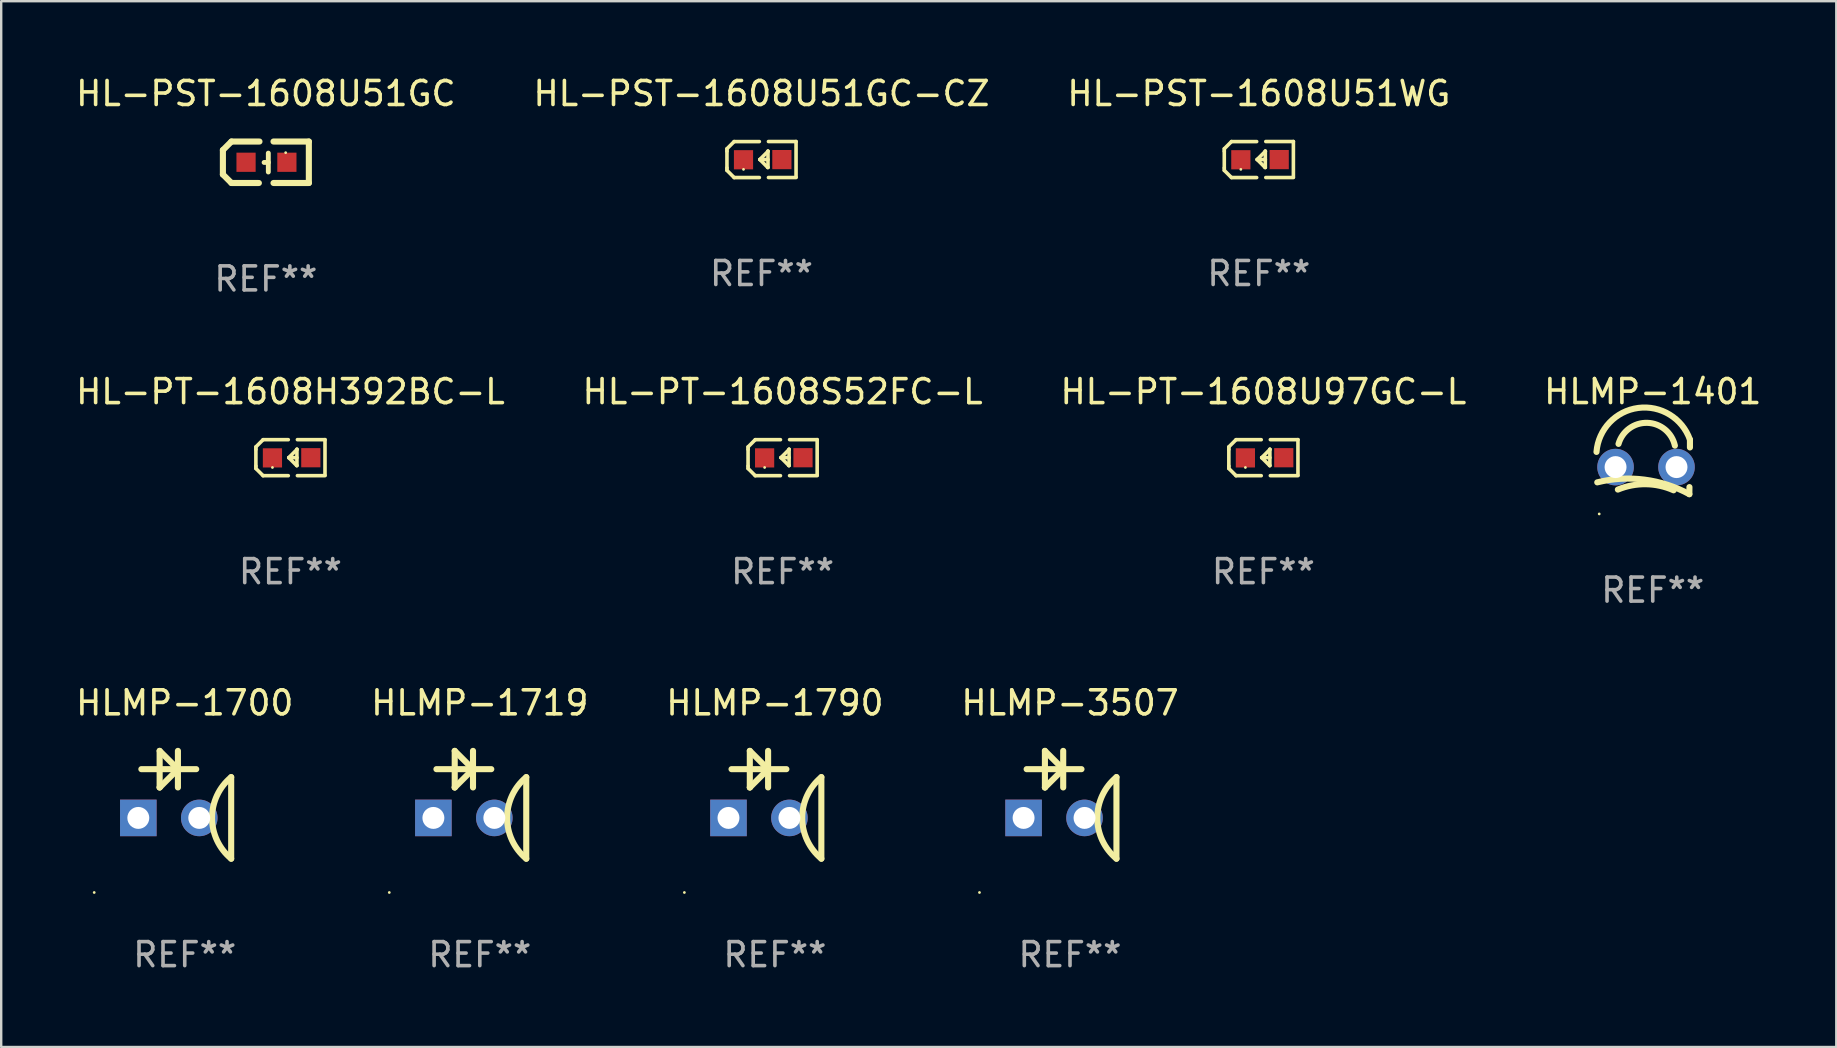
<source format=kicad_pcb>
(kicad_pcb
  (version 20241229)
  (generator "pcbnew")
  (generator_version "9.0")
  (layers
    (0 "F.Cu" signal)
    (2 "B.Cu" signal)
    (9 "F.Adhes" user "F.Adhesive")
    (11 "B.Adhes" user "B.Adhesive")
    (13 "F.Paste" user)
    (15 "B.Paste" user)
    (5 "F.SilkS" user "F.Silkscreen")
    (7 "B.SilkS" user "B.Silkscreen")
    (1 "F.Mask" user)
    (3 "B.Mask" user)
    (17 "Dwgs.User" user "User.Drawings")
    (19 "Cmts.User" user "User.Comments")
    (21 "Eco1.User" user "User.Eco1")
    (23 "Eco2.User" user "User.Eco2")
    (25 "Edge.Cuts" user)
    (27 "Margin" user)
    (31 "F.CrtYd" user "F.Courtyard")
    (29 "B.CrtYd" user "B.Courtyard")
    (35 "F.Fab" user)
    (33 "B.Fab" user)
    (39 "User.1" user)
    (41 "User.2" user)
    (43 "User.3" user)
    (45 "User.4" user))
  (footprint "HLMP-3507"
    (layer "F.Cu")
    (at 41.542 30.489)
    (property "Reference" "HLMP-3507" (at 0 -4.247 0) (layer "F.SilkS") (effects (font (size 1 1) (thickness 0.15))))
    (attr through_hole)
    (fp_line (start -1.808 -1.485) (end 0.478 -1.485) (stroke (width 0.254) (type solid)) (layer "F.SilkS"))
    (fp_line (start -1.046 -2.247) (end -1.046 -0.723) (stroke (width 0.254) (type solid)) (layer "F.SilkS"))
    (fp_line (start -1.046 -0.723) (end -1.044 -0.723) (stroke (width 0.254) (type solid)) (layer "F.SilkS"))
    (fp_line (start -1.044 -0.723) (end -0.282 -1.485) (stroke (width 0.254) (type solid)) (layer "F.SilkS"))
    (fp_line (start -0.284 -2.247) (end -0.284 -0.723) (stroke (width 0.254) (type solid)) (layer "F.SilkS"))
    (fp_line (start -0.284 -1.485) (end -1.046 -2.247) (stroke (width 0.254) (type solid)) (layer "F.SilkS"))
    (fp_line (start -0.278 -1.485) (end -0.284 -1.485) (stroke (width 0.254) (type solid)) (layer "F.SilkS"))
    (fp_line (start 1.935 -1.153) (end 1.935 2.247) (stroke (width 0.254) (type solid)) (layer "F.SilkS"))
    (fp_arc (start 1.935979 2.246266) (mid 1.1372 0.547002) (end 1.93598 -1.152261) (stroke (width 0.254001) (type solid)) (layer "F.SilkS"))
    (fp_circle (center -3.773 3.655) (end -3.743 3.655) (stroke (width 0.06) (type solid)) (fill no) (layer "F.SilkS"))
    (fp_text user "REF**" (at 0 6.247 0) (layer "F.Fab") (effects (font (size 1 1) (thickness 0.15))))
    (pad "1" thru_hole rect (at -1.935 0.547) (size 1.524 1.524) (drill 0.914) (layers "*.Cu" "*.Mask"))
    (pad "2" thru_hole circle (at 0.605 0.547) (size 1.524 1.524) (drill 0.914) (layers "*.Cu" "*.Mask")))
  (footprint "HL-PT-1608S52FC-L"
    (layer "F.Cu")
    (at 29.565 16.023)
    (property "Reference" "HL-PT-1608S52FC-L" (at 0 -2.751 0) (layer "F.SilkS") (effects (font (size 1 1) (thickness 0.15))))
    (attr through_hole)
    (fp_line (start -1.44 -0.449) (end -1.14 -0.749) (stroke (width 0.15) (type solid)) (layer "F.SilkS"))
    (fp_line (start -1.44 -0.349) (end -1.44 -0.449) (stroke (width 0.15) (type solid)) (layer "F.SilkS"))
    (fp_line (start -1.44 -0.349) (end -1.44 0.351) (stroke (width 0.15) (type solid)) (layer "F.SilkS"))
    (fp_line (start -1.44 0.351) (end -1.44 0.451) (stroke (width 0.15) (type solid)) (layer "F.SilkS"))
    (fp_line (start -1.44 0.451) (end -1.14 0.751) (stroke (width 0.15) (type solid)) (layer "F.SilkS"))
    (fp_line (start -0.09 -0.749) (end -1.14 -0.749) (stroke (width 0.15) (type solid)) (layer "F.SilkS"))
    (fp_line (start -0.09 0.751) (end -1.14 0.751) (stroke (width 0.15) (type solid)) (layer "F.SilkS"))
    (fp_line (start 0.26 0.329) (end -0.07 -0.001) (stroke (width 0.15) (type solid)) (layer "F.SilkS"))
    (fp_line (start 0.27 -0.351) (end 0.27 -0.341) (stroke (width 0.15) (type solid)) (layer "F.SilkS"))
    (fp_line (start 0.27 -0.351) (end 0.27 0.329) (stroke (width 0.15) (type solid)) (layer "F.SilkS"))
    (fp_line (start 0.27 -0.341) (end -0.07 -0.001) (stroke (width 0.15) (type solid)) (layer "F.SilkS"))
    (fp_line (start 0.27 -0.001) (end -0.07 -0.001) (stroke (width 0.15) (type solid)) (layer "F.SilkS"))
    (fp_line (start 0.27 0.329) (end 0.26 0.329) (stroke (width 0.15) (type solid)) (layer "F.SilkS"))
    (fp_line (start 0.29 -0.751) (end 1.44 -0.751) (stroke (width 0.15) (type solid)) (layer "F.SilkS"))
    (fp_line (start 0.29 0.749) (end 1.44 0.749) (stroke (width 0.15) (type solid)) (layer "F.SilkS"))
    (fp_line (start 1.44 -0.751) (end 1.44 0.729) (stroke (width 0.15) (type solid)) (layer "F.SilkS"))
    (fp_circle (center -0.75 0.409) (end -0.72 0.409) (stroke (width 0.06) (type solid)) (fill no) (layer "F.SilkS"))
    (fp_text user "REF**" (at 0 4.751 0) (layer "F.Fab") (effects (font (size 1 1) (thickness 0.15))))
    (pad "1" smd rect (at -0.75 0.009 90) (size 0.8 0.8) (layers "F.Cu" "F.Mask" "F.Paste"))
    (pad "2" smd rect (at 0.849 0.002 90) (size 0.8 0.8) (layers "F.Cu" "F.Mask" "F.Paste")))
  (footprint "HLMP-1700"
    (layer "F.Cu")
    (at 4.649 30.489)
    (property "Reference" "HLMP-1700" (at 0 -4.247 0) (layer "F.SilkS") (effects (font (size 1 1) (thickness 0.15))))
    (attr through_hole)
    (fp_line (start -1.808 -1.485) (end 0.478 -1.485) (stroke (width 0.254) (type solid)) (layer "F.SilkS"))
    (fp_line (start -1.046 -2.247) (end -1.046 -0.723) (stroke (width 0.254) (type solid)) (layer "F.SilkS"))
    (fp_line (start -1.046 -0.723) (end -1.044 -0.723) (stroke (width 0.254) (type solid)) (layer "F.SilkS"))
    (fp_line (start -1.044 -0.723) (end -0.282 -1.485) (stroke (width 0.254) (type solid)) (layer "F.SilkS"))
    (fp_line (start -0.284 -2.247) (end -0.284 -0.723) (stroke (width 0.254) (type solid)) (layer "F.SilkS"))
    (fp_line (start -0.284 -1.485) (end -1.046 -2.247) (stroke (width 0.254) (type solid)) (layer "F.SilkS"))
    (fp_line (start -0.278 -1.485) (end -0.284 -1.485) (stroke (width 0.254) (type solid)) (layer "F.SilkS"))
    (fp_line (start 1.935 -1.153) (end 1.935 2.247) (stroke (width 0.254) (type solid)) (layer "F.SilkS"))
    (fp_arc (start 1.935979 2.246266) (mid 1.1372 0.547002) (end 1.93598 -1.152261) (stroke (width 0.254001) (type solid)) (layer "F.SilkS"))
    (fp_circle (center -3.773 3.655) (end -3.743 3.655) (stroke (width 0.06) (type solid)) (fill no) (layer "F.SilkS"))
    (fp_text user "REF**" (at 0 6.247 0) (layer "F.Fab") (effects (font (size 1 1) (thickness 0.15))))
    (pad "1" thru_hole rect (at -1.935 0.547) (size 1.524 1.524) (drill 0.914) (layers "*.Cu" "*.Mask"))
    (pad "2" thru_hole circle (at 0.605 0.547) (size 1.524 1.524) (drill 0.914) (layers "*.Cu" "*.Mask")))
  (footprint "HL-PT-1608H392BC-L"
    (layer "F.Cu")
    (at 9.054 16.023)
    (property "Reference" "HL-PT-1608H392BC-L" (at 0 -2.751 0) (layer "F.SilkS") (effects (font (size 1 1) (thickness 0.15))))
    (attr through_hole)
    (fp_line (start -1.44 -0.449) (end -1.14 -0.749) (stroke (width 0.15) (type solid)) (layer "F.SilkS"))
    (fp_line (start -1.44 -0.349) (end -1.44 -0.449) (stroke (width 0.15) (type solid)) (layer "F.SilkS"))
    (fp_line (start -1.44 -0.349) (end -1.44 0.351) (stroke (width 0.15) (type solid)) (layer "F.SilkS"))
    (fp_line (start -1.44 0.351) (end -1.44 0.451) (stroke (width 0.15) (type solid)) (layer "F.SilkS"))
    (fp_line (start -1.44 0.451) (end -1.14 0.751) (stroke (width 0.15) (type solid)) (layer "F.SilkS"))
    (fp_line (start -0.09 -0.749) (end -1.14 -0.749) (stroke (width 0.15) (type solid)) (layer "F.SilkS"))
    (fp_line (start -0.09 0.751) (end -1.14 0.751) (stroke (width 0.15) (type solid)) (layer "F.SilkS"))
    (fp_line (start 0.26 0.329) (end -0.07 -0.001) (stroke (width 0.15) (type solid)) (layer "F.SilkS"))
    (fp_line (start 0.27 -0.351) (end 0.27 -0.341) (stroke (width 0.15) (type solid)) (layer "F.SilkS"))
    (fp_line (start 0.27 -0.351) (end 0.27 0.329) (stroke (width 0.15) (type solid)) (layer "F.SilkS"))
    (fp_line (start 0.27 -0.341) (end -0.07 -0.001) (stroke (width 0.15) (type solid)) (layer "F.SilkS"))
    (fp_line (start 0.27 -0.001) (end -0.07 -0.001) (stroke (width 0.15) (type solid)) (layer "F.SilkS"))
    (fp_line (start 0.27 0.329) (end 0.26 0.329) (stroke (width 0.15) (type solid)) (layer "F.SilkS"))
    (fp_line (start 0.29 -0.751) (end 1.44 -0.751) (stroke (width 0.15) (type solid)) (layer "F.SilkS"))
    (fp_line (start 0.29 0.749) (end 1.44 0.749) (stroke (width 0.15) (type solid)) (layer "F.SilkS"))
    (fp_line (start 1.44 -0.751) (end 1.44 0.729) (stroke (width 0.15) (type solid)) (layer "F.SilkS"))
    (fp_circle (center -0.75 0.409) (end -0.72 0.409) (stroke (width 0.06) (type solid)) (fill no) (layer "F.SilkS"))
    (fp_text user "REF**" (at 0 4.751 0) (layer "F.Fab") (effects (font (size 1 1) (thickness 0.15))))
    (pad "1" smd rect (at -0.75 0.009 90) (size 0.8 0.8) (layers "F.Cu" "F.Mask" "F.Paste"))
    (pad "2" smd rect (at 0.849 0.002 90) (size 0.8 0.8) (layers "F.Cu" "F.Mask" "F.Paste")))
  (footprint "HL-PT-1608U97GC-L"
    (layer "F.Cu")
    (at 49.601 16.023)
    (property "Reference" "HL-PT-1608U97GC-L" (at 0 -2.751 0) (layer "F.SilkS") (effects (font (size 1 1) (thickness 0.15))))
    (attr through_hole)
    (fp_line (start -1.44 -0.449) (end -1.14 -0.749) (stroke (width 0.15) (type solid)) (layer "F.SilkS"))
    (fp_line (start -1.44 -0.349) (end -1.44 -0.449) (stroke (width 0.15) (type solid)) (layer "F.SilkS"))
    (fp_line (start -1.44 -0.349) (end -1.44 0.351) (stroke (width 0.15) (type solid)) (layer "F.SilkS"))
    (fp_line (start -1.44 0.351) (end -1.44 0.451) (stroke (width 0.15) (type solid)) (layer "F.SilkS"))
    (fp_line (start -1.44 0.451) (end -1.14 0.751) (stroke (width 0.15) (type solid)) (layer "F.SilkS"))
    (fp_line (start -0.09 -0.749) (end -1.14 -0.749) (stroke (width 0.15) (type solid)) (layer "F.SilkS"))
    (fp_line (start -0.09 0.751) (end -1.14 0.751) (stroke (width 0.15) (type solid)) (layer "F.SilkS"))
    (fp_line (start 0.26 0.329) (end -0.07 -0.001) (stroke (width 0.15) (type solid)) (layer "F.SilkS"))
    (fp_line (start 0.27 -0.351) (end 0.27 -0.341) (stroke (width 0.15) (type solid)) (layer "F.SilkS"))
    (fp_line (start 0.27 -0.351) (end 0.27 0.329) (stroke (width 0.15) (type solid)) (layer "F.SilkS"))
    (fp_line (start 0.27 -0.341) (end -0.07 -0.001) (stroke (width 0.15) (type solid)) (layer "F.SilkS"))
    (fp_line (start 0.27 -0.001) (end -0.07 -0.001) (stroke (width 0.15) (type solid)) (layer "F.SilkS"))
    (fp_line (start 0.27 0.329) (end 0.26 0.329) (stroke (width 0.15) (type solid)) (layer "F.SilkS"))
    (fp_line (start 0.29 -0.751) (end 1.44 -0.751) (stroke (width 0.15) (type solid)) (layer "F.SilkS"))
    (fp_line (start 0.29 0.749) (end 1.44 0.749) (stroke (width 0.15) (type solid)) (layer "F.SilkS"))
    (fp_line (start 1.44 -0.751) (end 1.44 0.729) (stroke (width 0.15) (type solid)) (layer "F.SilkS"))
    (fp_circle (center -0.75 0.409) (end -0.72 0.409) (stroke (width 0.06) (type solid)) (fill no) (layer "F.SilkS"))
    (fp_text user "REF**" (at 0 4.751 0) (layer "F.Fab") (effects (font (size 1 1) (thickness 0.15))))
    (pad "1" smd rect (at -0.75 0.009 90) (size 0.8 0.8) (layers "F.Cu" "F.Mask" "F.Paste"))
    (pad "2" smd rect (at 0.849 0.002 90) (size 0.8 0.8) (layers "F.Cu" "F.Mask" "F.Paste")))
  (footprint "HLMP-1401"
    (layer "F.Cu")
    (at 65.827 16.408)
    (property "Reference" "HLMP-1401" (at 0 -3.137 0) (layer "F.SilkS") (effects (font (size 1 1) (thickness 0.15))))
    (attr through_hole)
    (fp_line (start 1.529 0.842) (end 1.525 1.137) (stroke (width 0.254) (type solid)) (layer "F.SilkS"))
    (fp_line (start 1.55 -1.137) (end 1.55 -0.811) (stroke (width 0.254) (type solid)) (layer "F.SilkS"))
    (fp_arc (start -2.344336 -0.624664) (mid -0.604362 -2.457931) (end 1.550229 -1.136525) (stroke (width 0.254001) (type solid)) (layer "F.SilkS"))
    (fp_arc (start -2.31223 0.643358) (mid -0.347208 0.529557) (end 1.525184 1.136526) (stroke (width 0.254001) (type solid)) (layer "F.SilkS"))
    (fp_arc (start -1.45348 0.944425) (mid -0.289454 0.72139) (end 0.868415 0.974448) (stroke (width 0.254001) (type solid)) (layer "F.SilkS"))
    (fp_arc (start -1.426174 -0.958548) (mid -0.223791 -1.836179) (end 0.922695 -0.88669) (stroke (width 0.254001) (type solid)) (layer "F.SilkS"))
    (fp_circle (center -2.231 1.96) (end -2.201 1.96) (stroke (width 0.06) (type solid)) (fill no) (layer "F.SilkS"))
    (fp_text user "REF**" (at 0 5.137 0) (layer "F.Fab") (effects (font (size 1 1) (thickness 0.15))))
    (pad "1" thru_hole circle (at -1.55 0.008) (size 1.524 1.524) (drill 0.914) (layers "*.Cu" "*.Mask"))
    (pad "2" thru_hole circle (at 0.99 0.008) (size 1.524 1.524) (drill 0.914) (layers "*.Cu" "*.Mask")))
  (footprint "HLMP-1719"
    (layer "F.Cu")
    (at 16.946 30.489)
    (property "Reference" "HLMP-1719" (at 0 -4.247 0) (layer "F.SilkS") (effects (font (size 1 1) (thickness 0.15))))
    (attr through_hole)
    (fp_line (start -1.808 -1.485) (end 0.478 -1.485) (stroke (width 0.254) (type solid)) (layer "F.SilkS"))
    (fp_line (start -1.046 -2.247) (end -1.046 -0.723) (stroke (width 0.254) (type solid)) (layer "F.SilkS"))
    (fp_line (start -1.046 -0.723) (end -1.044 -0.723) (stroke (width 0.254) (type solid)) (layer "F.SilkS"))
    (fp_line (start -1.044 -0.723) (end -0.282 -1.485) (stroke (width 0.254) (type solid)) (layer "F.SilkS"))
    (fp_line (start -0.284 -2.247) (end -0.284 -0.723) (stroke (width 0.254) (type solid)) (layer "F.SilkS"))
    (fp_line (start -0.284 -1.485) (end -1.046 -2.247) (stroke (width 0.254) (type solid)) (layer "F.SilkS"))
    (fp_line (start -0.278 -1.485) (end -0.284 -1.485) (stroke (width 0.254) (type solid)) (layer "F.SilkS"))
    (fp_line (start 1.935 -1.153) (end 1.935 2.247) (stroke (width 0.254) (type solid)) (layer "F.SilkS"))
    (fp_arc (start 1.935979 2.246266) (mid 1.1372 0.547002) (end 1.93598 -1.152261) (stroke (width 0.254001) (type solid)) (layer "F.SilkS"))
    (fp_circle (center -3.773 3.655) (end -3.743 3.655) (stroke (width 0.06) (type solid)) (fill no) (layer "F.SilkS"))
    (fp_text user "REF**" (at 0 6.247 0) (layer "F.Fab") (effects (font (size 1 1) (thickness 0.15))))
    (pad "1" thru_hole rect (at -1.935 0.547) (size 1.524 1.524) (drill 0.914) (layers "*.Cu" "*.Mask"))
    (pad "2" thru_hole circle (at 0.605 0.547) (size 1.524 1.524) (drill 0.914) (layers "*.Cu" "*.Mask")))
  (footprint "HL-PST-1608U51GC"
    (layer "F.Cu")
    (at 8.03 3.712)
    (property "Reference" "HL-PST-1608U51GC" (at 0 -2.864 0) (layer "F.SilkS") (effects (font (size 1 1) (thickness 0.15))))
    (attr through_hole)
    (fp_line (start -1.791 -0.508) (end -1.435 -0.864) (stroke (width 0.254) (type solid)) (layer "F.SilkS"))
    (fp_line (start -1.791 0.508) (end -1.791 -0.508) (stroke (width 0.254) (type solid)) (layer "F.SilkS"))
    (fp_line (start -1.435 0.864) (end -1.791 0.508) (stroke (width 0.254) (type solid)) (layer "F.SilkS"))
    (fp_line (start -0.292 0.864) (end -1.435 0.864) (stroke (width 0.254) (type solid)) (layer "F.SilkS"))
    (fp_line (start -0.267 -0.864) (end -1.435 -0.864) (stroke (width 0.254) (type solid)) (layer "F.SilkS"))
    (fp_line (start 0.102 0.008) (end -0.074 0.008) (stroke (width 0.203) (type solid)) (layer "F.SilkS"))
    (fp_line (start 0.102 0.406) (end 0.102 -0.381) (stroke (width 0.203) (type solid)) (layer "F.SilkS"))
    (fp_line (start 1.791 -0.864) (end 0.318 -0.864) (stroke (width 0.254) (type solid)) (layer "F.SilkS"))
    (fp_line (start 1.791 0.864) (end 0.318 0.864) (stroke (width 0.254) (type solid)) (layer "F.SilkS"))
    (fp_line (start 1.791 0.864) (end 1.791 -0.864) (stroke (width 0.254) (type solid)) (layer "F.SilkS"))
    (fp_circle (center 0.825 -0.4) (end 0.855 -0.4) (stroke (width 0.06) (type solid)) (fill no) (layer "F.SilkS"))
    (fp_text user "REF**" (at 0 4.864 0) (layer "F.Fab") (effects (font (size 1 1) (thickness 0.15))))
    (pad "1" smd rect (at 0.876 0 90) (size 0.8 0.8) (layers "F.Cu" "F.Mask" "F.Paste"))
    (pad "2" smd rect (at -0.826 0 90) (size 0.8 0.8) (layers "F.Cu" "F.Mask" "F.Paste")))
  (footprint "HL-PST-1608U51GC-CZ"
    (layer "F.Cu")
    (at 28.685 3.599)
    (property "Reference" "HL-PST-1608U51GC-CZ" (at 0 -2.751 0) (layer "F.SilkS") (effects (font (size 1 1) (thickness 0.15))))
    (attr through_hole)
    (fp_line (start -1.44 -0.449) (end -1.14 -0.749) (stroke (width 0.15) (type solid)) (layer "F.SilkS"))
    (fp_line (start -1.44 -0.349) (end -1.44 -0.449) (stroke (width 0.15) (type solid)) (layer "F.SilkS"))
    (fp_line (start -1.44 -0.349) (end -1.44 0.351) (stroke (width 0.15) (type solid)) (layer "F.SilkS"))
    (fp_line (start -1.44 0.351) (end -1.44 0.451) (stroke (width 0.15) (type solid)) (layer "F.SilkS"))
    (fp_line (start -1.44 0.451) (end -1.14 0.751) (stroke (width 0.15) (type solid)) (layer "F.SilkS"))
    (fp_line (start -0.09 -0.749) (end -1.14 -0.749) (stroke (width 0.15) (type solid)) (layer "F.SilkS"))
    (fp_line (start -0.09 0.751) (end -1.14 0.751) (stroke (width 0.15) (type solid)) (layer "F.SilkS"))
    (fp_line (start 0.26 0.329) (end -0.07 -0.001) (stroke (width 0.15) (type solid)) (layer "F.SilkS"))
    (fp_line (start 0.27 -0.351) (end 0.27 -0.341) (stroke (width 0.15) (type solid)) (layer "F.SilkS"))
    (fp_line (start 0.27 -0.351) (end 0.27 0.329) (stroke (width 0.15) (type solid)) (layer "F.SilkS"))
    (fp_line (start 0.27 -0.341) (end -0.07 -0.001) (stroke (width 0.15) (type solid)) (layer "F.SilkS"))
    (fp_line (start 0.27 -0.001) (end -0.07 -0.001) (stroke (width 0.15) (type solid)) (layer "F.SilkS"))
    (fp_line (start 0.27 0.329) (end 0.26 0.329) (stroke (width 0.15) (type solid)) (layer "F.SilkS"))
    (fp_line (start 0.29 -0.751) (end 1.44 -0.751) (stroke (width 0.15) (type solid)) (layer "F.SilkS"))
    (fp_line (start 0.29 0.749) (end 1.44 0.749) (stroke (width 0.15) (type solid)) (layer "F.SilkS"))
    (fp_line (start 1.44 -0.751) (end 1.44 0.729) (stroke (width 0.15) (type solid)) (layer "F.SilkS"))
    (fp_circle (center -0.75 0.409) (end -0.72 0.409) (stroke (width 0.06) (type solid)) (fill no) (layer "F.SilkS"))
    (fp_text user "REF**" (at 0 4.751 0) (layer "F.Fab") (effects (font (size 1 1) (thickness 0.15))))
    (pad "1" smd rect (at -0.75 0.009 90) (size 0.8 0.8) (layers "F.Cu" "F.Mask" "F.Paste"))
    (pad "2" smd rect (at 0.849 0.002 90) (size 0.8 0.8) (layers "F.Cu" "F.Mask" "F.Paste")))
  (footprint "HL-PST-1608U51WG"
    (layer "F.Cu")
    (at 49.411 3.599)
    (property "Reference" "HL-PST-1608U51WG" (at 0 -2.751 0) (layer "F.SilkS") (effects (font (size 1 1) (thickness 0.15))))
    (attr through_hole)
    (fp_line (start -1.44 -0.449) (end -1.14 -0.749) (stroke (width 0.15) (type solid)) (layer "F.SilkS"))
    (fp_line (start -1.44 -0.349) (end -1.44 -0.449) (stroke (width 0.15) (type solid)) (layer "F.SilkS"))
    (fp_line (start -1.44 -0.349) (end -1.44 0.351) (stroke (width 0.15) (type solid)) (layer "F.SilkS"))
    (fp_line (start -1.44 0.351) (end -1.44 0.451) (stroke (width 0.15) (type solid)) (layer "F.SilkS"))
    (fp_line (start -1.44 0.451) (end -1.14 0.751) (stroke (width 0.15) (type solid)) (layer "F.SilkS"))
    (fp_line (start -0.09 -0.749) (end -1.14 -0.749) (stroke (width 0.15) (type solid)) (layer "F.SilkS"))
    (fp_line (start -0.09 0.751) (end -1.14 0.751) (stroke (width 0.15) (type solid)) (layer "F.SilkS"))
    (fp_line (start 0.26 0.329) (end -0.07 -0.001) (stroke (width 0.15) (type solid)) (layer "F.SilkS"))
    (fp_line (start 0.27 -0.351) (end 0.27 -0.341) (stroke (width 0.15) (type solid)) (layer "F.SilkS"))
    (fp_line (start 0.27 -0.351) (end 0.27 0.329) (stroke (width 0.15) (type solid)) (layer "F.SilkS"))
    (fp_line (start 0.27 -0.341) (end -0.07 -0.001) (stroke (width 0.15) (type solid)) (layer "F.SilkS"))
    (fp_line (start 0.27 -0.001) (end -0.07 -0.001) (stroke (width 0.15) (type solid)) (layer "F.SilkS"))
    (fp_line (start 0.27 0.329) (end 0.26 0.329) (stroke (width 0.15) (type solid)) (layer "F.SilkS"))
    (fp_line (start 0.29 -0.751) (end 1.44 -0.751) (stroke (width 0.15) (type solid)) (layer "F.SilkS"))
    (fp_line (start 0.29 0.749) (end 1.44 0.749) (stroke (width 0.15) (type solid)) (layer "F.SilkS"))
    (fp_line (start 1.44 -0.751) (end 1.44 0.729) (stroke (width 0.15) (type solid)) (layer "F.SilkS"))
    (fp_circle (center -0.75 0.409) (end -0.72 0.409) (stroke (width 0.06) (type solid)) (fill no) (layer "F.SilkS"))
    (fp_text user "REF**" (at 0 4.751 0) (layer "F.Fab") (effects (font (size 1 1) (thickness 0.15))))
    (pad "1" smd rect (at -0.75 0.009 90) (size 0.8 0.8) (layers "F.Cu" "F.Mask" "F.Paste"))
    (pad "2" smd rect (at 0.849 0.002 90) (size 0.8 0.8) (layers "F.Cu" "F.Mask" "F.Paste")))
  (footprint "HLMP-1790"
    (layer "F.Cu")
    (at 29.244 30.489)
    (property "Reference" "HLMP-1790" (at 0 -4.247 0) (layer "F.SilkS") (effects (font (size 1 1) (thickness 0.15))))
    (attr through_hole)
    (fp_line (start -1.808 -1.485) (end 0.478 -1.485) (stroke (width 0.254) (type solid)) (layer "F.SilkS"))
    (fp_line (start -1.046 -2.247) (end -1.046 -0.723) (stroke (width 0.254) (type solid)) (layer "F.SilkS"))
    (fp_line (start -1.046 -0.723) (end -1.044 -0.723) (stroke (width 0.254) (type solid)) (layer "F.SilkS"))
    (fp_line (start -1.044 -0.723) (end -0.282 -1.485) (stroke (width 0.254) (type solid)) (layer "F.SilkS"))
    (fp_line (start -0.284 -2.247) (end -0.284 -0.723) (stroke (width 0.254) (type solid)) (layer "F.SilkS"))
    (fp_line (start -0.284 -1.485) (end -1.046 -2.247) (stroke (width 0.254) (type solid)) (layer "F.SilkS"))
    (fp_line (start -0.278 -1.485) (end -0.284 -1.485) (stroke (width 0.254) (type solid)) (layer "F.SilkS"))
    (fp_line (start 1.935 -1.153) (end 1.935 2.247) (stroke (width 0.254) (type solid)) (layer "F.SilkS"))
    (fp_arc (start 1.935979 2.246266) (mid 1.1372 0.547002) (end 1.93598 -1.152261) (stroke (width 0.254001) (type solid)) (layer "F.SilkS"))
    (fp_circle (center -3.773 3.655) (end -3.743 3.655) (stroke (width 0.06) (type solid)) (fill no) (layer "F.SilkS"))
    (fp_text user "REF**" (at 0 6.247 0) (layer "F.Fab") (effects (font (size 1 1) (thickness 0.15))))
    (pad "1" thru_hole rect (at -1.935 0.547) (size 1.524 1.524) (drill 0.914) (layers "*.Cu" "*.Mask"))
    (pad "2" thru_hole circle (at 0.605 0.547) (size 1.524 1.524) (drill 0.914) (layers "*.Cu" "*.Mask")))
  (gr_rect
    (start -3 -3)
    (end 73.476 40.584)
    (stroke (width 0.1) (type default))
    (fill no)
    (layer "Edge.Cuts")))
</source>
